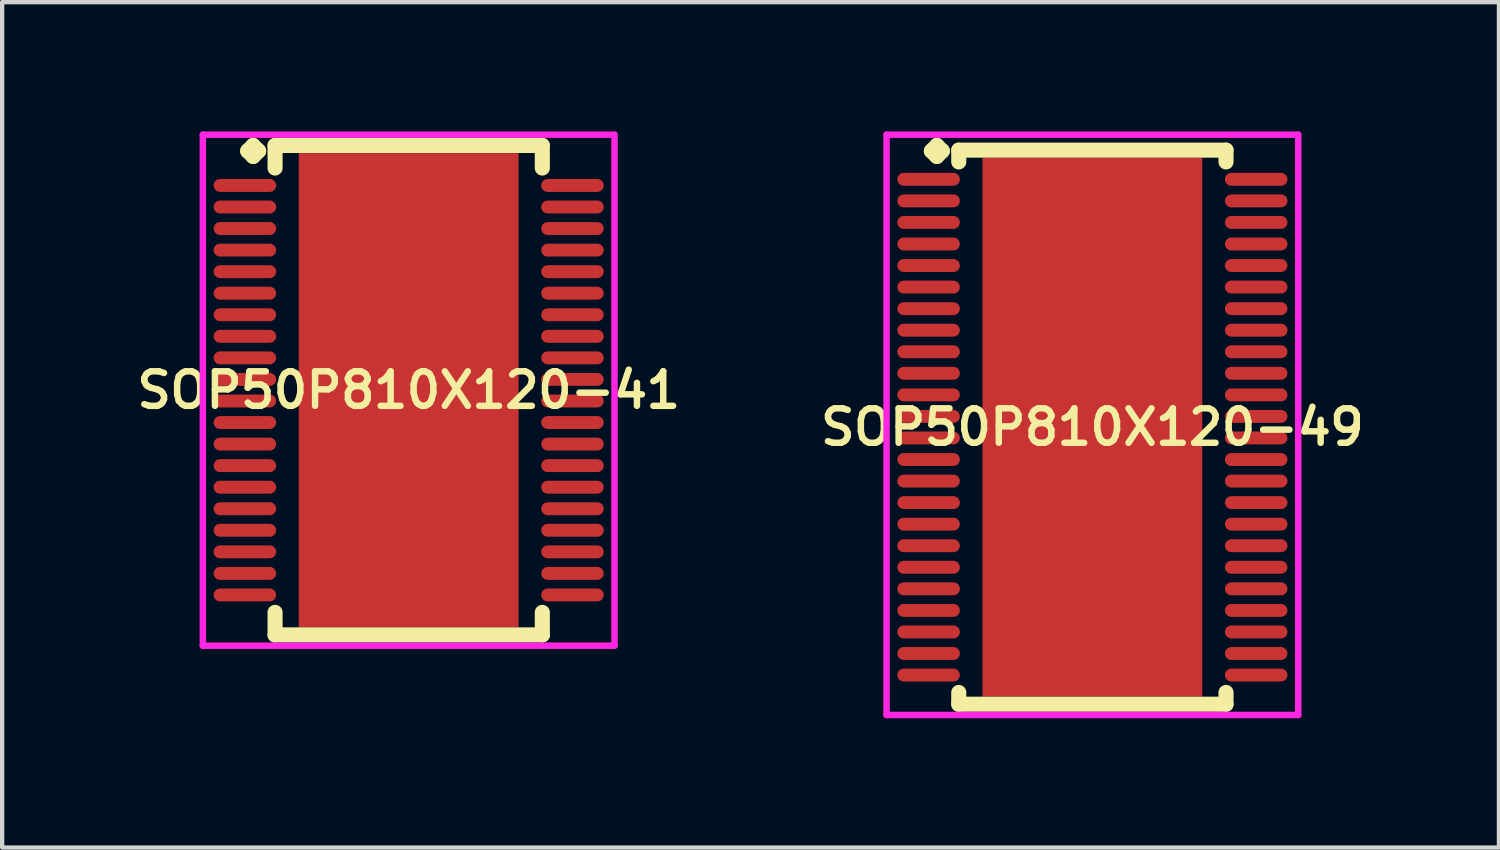
<source format=kicad_pcb>
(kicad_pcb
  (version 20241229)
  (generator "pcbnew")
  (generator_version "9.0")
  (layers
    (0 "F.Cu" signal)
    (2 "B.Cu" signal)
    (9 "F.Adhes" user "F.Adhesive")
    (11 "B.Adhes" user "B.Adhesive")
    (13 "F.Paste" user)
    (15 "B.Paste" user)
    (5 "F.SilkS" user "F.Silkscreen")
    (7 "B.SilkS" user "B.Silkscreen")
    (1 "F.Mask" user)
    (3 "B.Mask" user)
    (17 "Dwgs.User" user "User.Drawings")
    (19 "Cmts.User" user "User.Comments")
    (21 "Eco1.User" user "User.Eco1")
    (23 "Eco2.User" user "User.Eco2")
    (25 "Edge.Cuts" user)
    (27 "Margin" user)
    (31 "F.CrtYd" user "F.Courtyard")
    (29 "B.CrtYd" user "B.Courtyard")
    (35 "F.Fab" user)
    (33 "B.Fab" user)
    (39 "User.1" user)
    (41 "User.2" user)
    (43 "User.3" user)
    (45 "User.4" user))
  (footprint "SOP50P810X120-41"
    (layer "F.Cu")
    (at 6.431 6.002)
    (property "Reference" "SOP50P810X120-41" (at 0 0 0) (layer "F.SilkS") (effects (font (size 0.8 0.8) (thickness 0.15))))
    (attr smd)
    (fp_line (start -3.735 -5.55) (end -3.608 -5.677) (stroke (width 0.35) (type solid)) (layer "F.SilkS"))
    (fp_line (start -3.608 -5.677) (end -3.481 -5.55) (stroke (width 0.35) (type solid)) (layer "F.SilkS"))
    (fp_line (start -3.608 -5.423) (end -3.735 -5.55) (stroke (width 0.35) (type solid)) (layer "F.SilkS"))
    (fp_line (start -3.481 -5.55) (end -3.608 -5.423) (stroke (width 0.35) (type solid)) (layer "F.SilkS"))
    (fp_line (start -3.1 -5.677) (end 3.1 -5.677) (stroke (width 0.35) (type solid)) (layer "F.SilkS"))
    (fp_line (start -3.1 -5.154) (end -3.1 -5.677) (stroke (width 0.35) (type solid)) (layer "F.SilkS"))
    (fp_line (start -3.1 5.154) (end -3.1 5.677) (stroke (width 0.35) (type solid)) (layer "F.SilkS"))
    (fp_line (start -3.1 5.677) (end 3.1 5.677) (stroke (width 0.35) (type solid)) (layer "F.SilkS"))
    (fp_line (start 3.1 -5.677) (end 3.1 -5.154) (stroke (width 0.35) (type solid)) (layer "F.SilkS"))
    (fp_line (start 3.1 5.677) (end 3.1 5.154) (stroke (width 0.35) (type solid)) (layer "F.SilkS"))
    (fp_line (start -4.775 -5.927) (end 4.775 -5.927) (stroke (width 0.15) (type solid)) (layer "F.CrtYd"))
    (fp_line (start -4.775 5.927) (end -4.775 -5.927) (stroke (width 0.15) (type solid)) (layer "F.CrtYd"))
    (fp_line (start 4.775 -5.927) (end 4.775 5.927) (stroke (width 0.15) (type solid)) (layer "F.CrtYd"))
    (fp_line (start 4.775 5.927) (end -4.775 5.927) (stroke (width 0.15) (type solid)) (layer "F.CrtYd"))
    (pad "1" smd oval (at -3.8 -4.75) (size 1.45 0.3) (layers "F.Cu" "F.Mask" "F.Paste"))
    (pad "2" smd oval (at -3.8 -4.25) (size 1.45 0.3) (layers "F.Cu" "F.Mask" "F.Paste"))
    (pad "3" smd oval (at -3.8 -3.75) (size 1.45 0.3) (layers "F.Cu" "F.Mask" "F.Paste"))
    (pad "4" smd oval (at -3.8 -3.25) (size 1.45 0.3) (layers "F.Cu" "F.Mask" "F.Paste"))
    (pad "5" smd oval (at -3.8 -2.75) (size 1.45 0.3) (layers "F.Cu" "F.Mask" "F.Paste"))
    (pad "6" smd oval (at -3.8 -2.25) (size 1.45 0.3) (layers "F.Cu" "F.Mask" "F.Paste"))
    (pad "7" smd oval (at -3.8 -1.75) (size 1.45 0.3) (layers "F.Cu" "F.Mask" "F.Paste"))
    (pad "8" smd oval (at -3.8 -1.25) (size 1.45 0.3) (layers "F.Cu" "F.Mask" "F.Paste"))
    (pad "9" smd oval (at -3.8 -0.75) (size 1.45 0.3) (layers "F.Cu" "F.Mask" "F.Paste"))
    (pad "10" smd oval (at -3.8 -0.25) (size 1.45 0.3) (layers "F.Cu" "F.Mask" "F.Paste"))
    (pad "11" smd oval (at -3.8 0.25) (size 1.45 0.3) (layers "F.Cu" "F.Mask" "F.Paste"))
    (pad "12" smd oval (at -3.8 0.75) (size 1.45 0.3) (layers "F.Cu" "F.Mask" "F.Paste"))
    (pad "13" smd oval (at -3.8 1.25) (size 1.45 0.3) (layers "F.Cu" "F.Mask" "F.Paste"))
    (pad "14" smd oval (at -3.8 1.75) (size 1.45 0.3) (layers "F.Cu" "F.Mask" "F.Paste"))
    (pad "15" smd oval (at -3.8 2.25) (size 1.45 0.3) (layers "F.Cu" "F.Mask" "F.Paste"))
    (pad "16" smd oval (at -3.8 2.75) (size 1.45 0.3) (layers "F.Cu" "F.Mask" "F.Paste"))
    (pad "17" smd oval (at -3.8 3.25) (size 1.45 0.3) (layers "F.Cu" "F.Mask" "F.Paste"))
    (pad "18" smd oval (at -3.8 3.75) (size 1.45 0.3) (layers "F.Cu" "F.Mask" "F.Paste"))
    (pad "19" smd oval (at -3.8 4.25) (size 1.45 0.3) (layers "F.Cu" "F.Mask" "F.Paste"))
    (pad "20" smd oval (at -3.8 4.75) (size 1.45 0.3) (layers "F.Cu" "F.Mask" "F.Paste"))
    (pad "21" smd oval (at 3.8 4.75) (size 1.45 0.3) (layers "F.Cu" "F.Mask" "F.Paste"))
    (pad "22" smd oval (at 3.8 4.25) (size 1.45 0.3) (layers "F.Cu" "F.Mask" "F.Paste"))
    (pad "23" smd oval (at 3.8 3.75) (size 1.45 0.3) (layers "F.Cu" "F.Mask" "F.Paste"))
    (pad "24" smd oval (at 3.8 3.25) (size 1.45 0.3) (layers "F.Cu" "F.Mask" "F.Paste"))
    (pad "25" smd oval (at 3.8 2.75) (size 1.45 0.3) (layers "F.Cu" "F.Mask" "F.Paste"))
    (pad "26" smd oval (at 3.8 2.25) (size 1.45 0.3) (layers "F.Cu" "F.Mask" "F.Paste"))
    (pad "27" smd oval (at 3.8 1.75) (size 1.45 0.3) (layers "F.Cu" "F.Mask" "F.Paste"))
    (pad "28" smd oval (at 3.8 1.25) (size 1.45 0.3) (layers "F.Cu" "F.Mask" "F.Paste"))
    (pad "29" smd oval (at 3.8 0.75) (size 1.45 0.3) (layers "F.Cu" "F.Mask" "F.Paste"))
    (pad "30" smd oval (at 3.8 0.25) (size 1.45 0.3) (layers "F.Cu" "F.Mask" "F.Paste"))
    (pad "31" smd oval (at 3.8 -0.25) (size 1.45 0.3) (layers "F.Cu" "F.Mask" "F.Paste"))
    (pad "32" smd oval (at 3.8 -0.75) (size 1.45 0.3) (layers "F.Cu" "F.Mask" "F.Paste"))
    (pad "33" smd oval (at 3.8 -1.25) (size 1.45 0.3) (layers "F.Cu" "F.Mask" "F.Paste"))
    (pad "34" smd oval (at 3.8 -1.75) (size 1.45 0.3) (layers "F.Cu" "F.Mask" "F.Paste"))
    (pad "35" smd oval (at 3.8 -2.25) (size 1.45 0.3) (layers "F.Cu" "F.Mask" "F.Paste"))
    (pad "36" smd oval (at 3.8 -2.75) (size 1.45 0.3) (layers "F.Cu" "F.Mask" "F.Paste"))
    (pad "37" smd oval (at 3.8 -3.25) (size 1.45 0.3) (layers "F.Cu" "F.Mask" "F.Paste"))
    (pad "38" smd oval (at 3.8 -3.75) (size 1.45 0.3) (layers "F.Cu" "F.Mask" "F.Paste"))
    (pad "39" smd oval (at 3.8 -4.25) (size 1.45 0.3) (layers "F.Cu" "F.Mask" "F.Paste"))
    (pad "40" smd oval (at 3.8 -4.75) (size 1.45 0.3) (layers "F.Cu" "F.Mask" "F.Paste"))
    (pad "41" smd rect (at 0 0) (size 5.1 11) (layers "F.Cu" "F.Mask" "F.Paste")))
  (footprint "SOP50P810X120-49"
    (layer "F.Cu")
    (at 22.292 6.86)
    (property "Reference" "SOP50P810X120-49" (at 0 0 0) (layer "F.SilkS") (effects (font (size 0.8 0.8) (thickness 0.15))))
    (attr smd)
    (fp_line (start -3.735 -6.408) (end -3.608 -6.535) (stroke (width 0.35) (type solid)) (layer "F.SilkS"))
    (fp_line (start -3.608 -6.535) (end -3.481 -6.408) (stroke (width 0.35) (type solid)) (layer "F.SilkS"))
    (fp_line (start -3.608 -6.281) (end -3.735 -6.408) (stroke (width 0.35) (type solid)) (layer "F.SilkS"))
    (fp_line (start -3.481 -6.408) (end -3.608 -6.281) (stroke (width 0.35) (type solid)) (layer "F.SilkS"))
    (fp_line (start -3.1 -6.427) (end 3.1 -6.427) (stroke (width 0.35) (type solid)) (layer "F.SilkS"))
    (fp_line (start -3.1 -6.154) (end -3.1 -6.427) (stroke (width 0.35) (type solid)) (layer "F.SilkS"))
    (fp_line (start -3.1 6.154) (end -3.1 6.427) (stroke (width 0.35) (type solid)) (layer "F.SilkS"))
    (fp_line (start -3.1 6.427) (end 3.1 6.427) (stroke (width 0.35) (type solid)) (layer "F.SilkS"))
    (fp_line (start 3.1 -6.427) (end 3.1 -6.154) (stroke (width 0.35) (type solid)) (layer "F.SilkS"))
    (fp_line (start 3.1 6.427) (end 3.1 6.154) (stroke (width 0.35) (type solid)) (layer "F.SilkS"))
    (fp_line (start -4.775 -6.785) (end 4.775 -6.785) (stroke (width 0.15) (type solid)) (layer "F.CrtYd"))
    (fp_line (start -4.775 6.677) (end -4.775 -6.785) (stroke (width 0.15) (type solid)) (layer "F.CrtYd"))
    (fp_line (start 4.775 -6.785) (end 4.775 6.677) (stroke (width 0.15) (type solid)) (layer "F.CrtYd"))
    (fp_line (start 4.775 6.677) (end -4.775 6.677) (stroke (width 0.15) (type solid)) (layer "F.CrtYd"))
    (pad "1" smd oval (at -3.8 -5.75) (size 1.45 0.3) (layers "F.Cu" "F.Mask" "F.Paste"))
    (pad "2" smd oval (at -3.8 -5.25) (size 1.45 0.3) (layers "F.Cu" "F.Mask" "F.Paste"))
    (pad "3" smd oval (at -3.8 -4.75) (size 1.45 0.3) (layers "F.Cu" "F.Mask" "F.Paste"))
    (pad "4" smd oval (at -3.8 -4.25) (size 1.45 0.3) (layers "F.Cu" "F.Mask" "F.Paste"))
    (pad "5" smd oval (at -3.8 -3.75) (size 1.45 0.3) (layers "F.Cu" "F.Mask" "F.Paste"))
    (pad "6" smd oval (at -3.8 -3.25) (size 1.45 0.3) (layers "F.Cu" "F.Mask" "F.Paste"))
    (pad "7" smd oval (at -3.8 -2.75) (size 1.45 0.3) (layers "F.Cu" "F.Mask" "F.Paste"))
    (pad "8" smd oval (at -3.8 -2.25) (size 1.45 0.3) (layers "F.Cu" "F.Mask" "F.Paste"))
    (pad "9" smd oval (at -3.8 -1.75) (size 1.45 0.3) (layers "F.Cu" "F.Mask" "F.Paste"))
    (pad "10" smd oval (at -3.8 -1.25) (size 1.45 0.3) (layers "F.Cu" "F.Mask" "F.Paste"))
    (pad "11" smd oval (at -3.8 -0.75) (size 1.45 0.3) (layers "F.Cu" "F.Mask" "F.Paste"))
    (pad "12" smd oval (at -3.8 -0.25) (size 1.45 0.3) (layers "F.Cu" "F.Mask" "F.Paste"))
    (pad "13" smd oval (at -3.8 0.25) (size 1.45 0.3) (layers "F.Cu" "F.Mask" "F.Paste"))
    (pad "14" smd oval (at -3.8 0.75) (size 1.45 0.3) (layers "F.Cu" "F.Mask" "F.Paste"))
    (pad "15" smd oval (at -3.8 1.25) (size 1.45 0.3) (layers "F.Cu" "F.Mask" "F.Paste"))
    (pad "16" smd oval (at -3.8 1.75) (size 1.45 0.3) (layers "F.Cu" "F.Mask" "F.Paste"))
    (pad "17" smd oval (at -3.8 2.25) (size 1.45 0.3) (layers "F.Cu" "F.Mask" "F.Paste"))
    (pad "18" smd oval (at -3.8 2.75) (size 1.45 0.3) (layers "F.Cu" "F.Mask" "F.Paste"))
    (pad "19" smd oval (at -3.8 3.25) (size 1.45 0.3) (layers "F.Cu" "F.Mask" "F.Paste"))
    (pad "20" smd oval (at -3.8 3.75) (size 1.45 0.3) (layers "F.Cu" "F.Mask" "F.Paste"))
    (pad "21" smd oval (at -3.8 4.25) (size 1.45 0.3) (layers "F.Cu" "F.Mask" "F.Paste"))
    (pad "22" smd oval (at -3.8 4.75) (size 1.45 0.3) (layers "F.Cu" "F.Mask" "F.Paste"))
    (pad "23" smd oval (at -3.8 5.25) (size 1.45 0.3) (layers "F.Cu" "F.Mask" "F.Paste"))
    (pad "24" smd oval (at -3.8 5.75) (size 1.45 0.3) (layers "F.Cu" "F.Mask" "F.Paste"))
    (pad "25" smd oval (at 3.8 5.75) (size 1.45 0.3) (layers "F.Cu" "F.Mask" "F.Paste"))
    (pad "26" smd oval (at 3.8 5.25) (size 1.45 0.3) (layers "F.Cu" "F.Mask" "F.Paste"))
    (pad "27" smd oval (at 3.8 4.75) (size 1.45 0.3) (layers "F.Cu" "F.Mask" "F.Paste"))
    (pad "28" smd oval (at 3.8 4.25) (size 1.45 0.3) (layers "F.Cu" "F.Mask" "F.Paste"))
    (pad "29" smd oval (at 3.8 3.75) (size 1.45 0.3) (layers "F.Cu" "F.Mask" "F.Paste"))
    (pad "30" smd oval (at 3.8 3.25) (size 1.45 0.3) (layers "F.Cu" "F.Mask" "F.Paste"))
    (pad "31" smd oval (at 3.8 2.75) (size 1.45 0.3) (layers "F.Cu" "F.Mask" "F.Paste"))
    (pad "32" smd oval (at 3.8 2.25) (size 1.45 0.3) (layers "F.Cu" "F.Mask" "F.Paste"))
    (pad "33" smd oval (at 3.8 1.75) (size 1.45 0.3) (layers "F.Cu" "F.Mask" "F.Paste"))
    (pad "34" smd oval (at 3.8 1.25) (size 1.45 0.3) (layers "F.Cu" "F.Mask" "F.Paste"))
    (pad "35" smd oval (at 3.8 0.75) (size 1.45 0.3) (layers "F.Cu" "F.Mask" "F.Paste"))
    (pad "36" smd oval (at 3.8 0.25) (size 1.45 0.3) (layers "F.Cu" "F.Mask" "F.Paste"))
    (pad "37" smd oval (at 3.8 -0.25) (size 1.45 0.3) (layers "F.Cu" "F.Mask" "F.Paste"))
    (pad "38" smd oval (at 3.8 -0.75) (size 1.45 0.3) (layers "F.Cu" "F.Mask" "F.Paste"))
    (pad "39" smd oval (at 3.8 -1.25) (size 1.45 0.3) (layers "F.Cu" "F.Mask" "F.Paste"))
    (pad "40" smd oval (at 3.8 -1.75) (size 1.45 0.3) (layers "F.Cu" "F.Mask" "F.Paste"))
    (pad "41" smd oval (at 3.8 -2.25) (size 1.45 0.3) (layers "F.Cu" "F.Mask" "F.Paste"))
    (pad "42" smd oval (at 3.8 -2.75) (size 1.45 0.3) (layers "F.Cu" "F.Mask" "F.Paste"))
    (pad "43" smd oval (at 3.8 -3.25) (size 1.45 0.3) (layers "F.Cu" "F.Mask" "F.Paste"))
    (pad "44" smd oval (at 3.8 -3.75) (size 1.45 0.3) (layers "F.Cu" "F.Mask" "F.Paste"))
    (pad "45" smd oval (at 3.8 -4.25) (size 1.45 0.3) (layers "F.Cu" "F.Mask" "F.Paste"))
    (pad "46" smd oval (at 3.8 -4.75) (size 1.45 0.3) (layers "F.Cu" "F.Mask" "F.Paste"))
    (pad "47" smd oval (at 3.8 -5.25) (size 1.45 0.3) (layers "F.Cu" "F.Mask" "F.Paste"))
    (pad "48" smd oval (at 3.8 -5.75) (size 1.45 0.3) (layers "F.Cu" "F.Mask" "F.Paste"))
    (pad "49" smd rect (at 0 0) (size 5.1 12.5) (layers "F.Cu" "F.Mask" "F.Paste")))
  (gr_rect
    (start -3 -3)
    (end 31.723 16.612)
    (stroke (width 0.1) (type default))
    (fill no)
    (layer "Edge.Cuts")))
</source>
